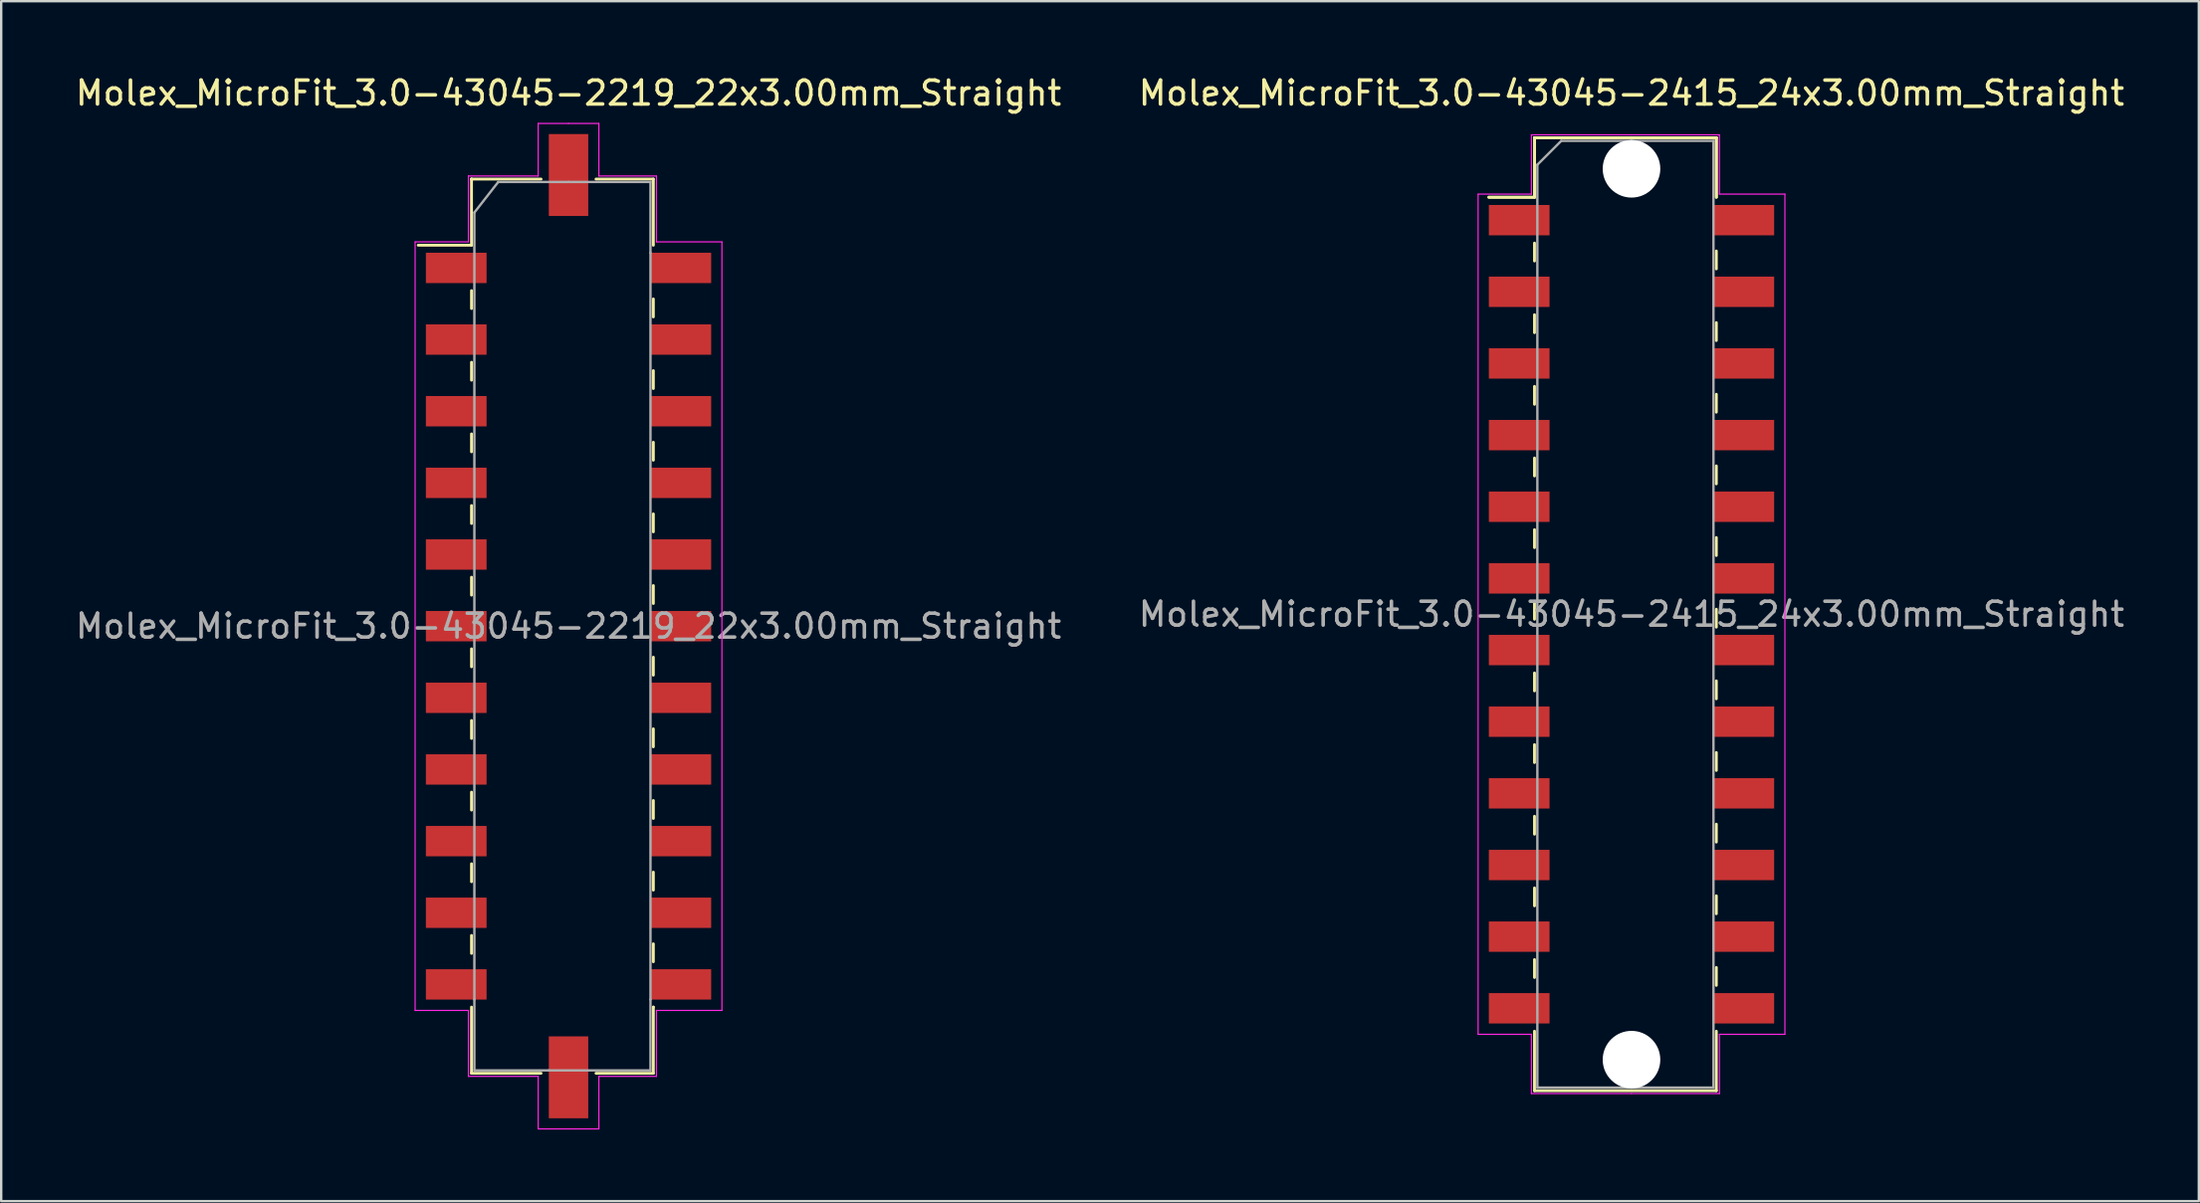
<source format=kicad_pcb>
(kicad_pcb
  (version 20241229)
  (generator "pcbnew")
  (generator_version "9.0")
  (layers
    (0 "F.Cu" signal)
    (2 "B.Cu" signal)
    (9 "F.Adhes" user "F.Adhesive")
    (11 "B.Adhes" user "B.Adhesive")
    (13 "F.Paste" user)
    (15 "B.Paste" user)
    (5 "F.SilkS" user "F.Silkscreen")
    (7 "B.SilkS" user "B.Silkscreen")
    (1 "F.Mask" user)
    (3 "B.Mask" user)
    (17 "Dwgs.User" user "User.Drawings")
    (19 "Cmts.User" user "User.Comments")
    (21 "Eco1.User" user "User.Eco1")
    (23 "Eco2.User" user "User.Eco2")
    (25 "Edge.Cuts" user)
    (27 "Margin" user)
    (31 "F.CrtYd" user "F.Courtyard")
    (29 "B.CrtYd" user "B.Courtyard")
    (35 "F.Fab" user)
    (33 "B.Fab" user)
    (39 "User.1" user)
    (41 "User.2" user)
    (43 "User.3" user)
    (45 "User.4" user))
  (footprint "Molex_MicroFit_3.0-43045-2219_22x3.00mm_Straight"
    (layer "F.Cu")
    (at 20.744 23.168)
    (property "Reference" "Molex_MicroFit_3.0-43045-2219_22x3.00mm_Straight" (at 0 -22.32 0) (layer "F.SilkS") (effects (font (size 1 1) (thickness 0.15))))
    (attr smd)
    (fp_line (start -6.29 -15.95) (end -4.06 -15.95) (stroke (width 0.12) (type solid)) (layer "F.SilkS"))
    (fp_line (start -4.06 -18.72) (end -4.06 -18.72) (stroke (width 0.12) (type solid)) (layer "F.SilkS"))
    (fp_line (start -4.06 -18.72) (end -1.15 -18.72) (stroke (width 0.12) (type solid)) (layer "F.SilkS"))
    (fp_line (start -4.06 -15.95) (end -4.06 -18.72) (stroke (width 0.12) (type solid)) (layer "F.SilkS"))
    (fp_line (start -4.06 -14.05) (end -4.06 -13.3) (stroke (width 0.12) (type solid)) (layer "F.SilkS"))
    (fp_line (start -4.06 -11.05) (end -4.06 -10.3) (stroke (width 0.12) (type solid)) (layer "F.SilkS"))
    (fp_line (start -4.06 -8.05) (end -4.06 -7.3) (stroke (width 0.12) (type solid)) (layer "F.SilkS"))
    (fp_line (start -4.06 -5.05) (end -4.06 -4.3) (stroke (width 0.12) (type solid)) (layer "F.SilkS"))
    (fp_line (start -4.06 -2.05) (end -4.06 -1.3) (stroke (width 0.12) (type solid)) (layer "F.SilkS"))
    (fp_line (start -4.06 0.95) (end -4.06 1.7) (stroke (width 0.12) (type solid)) (layer "F.SilkS"))
    (fp_line (start -4.06 3.95) (end -4.06 4.7) (stroke (width 0.12) (type solid)) (layer "F.SilkS"))
    (fp_line (start -4.06 6.95) (end -4.06 7.7) (stroke (width 0.12) (type solid)) (layer "F.SilkS"))
    (fp_line (start -4.06 9.95) (end -4.06 10.7) (stroke (width 0.12) (type solid)) (layer "F.SilkS"))
    (fp_line (start -4.06 12.95) (end -4.06 13.7) (stroke (width 0.12) (type solid)) (layer "F.SilkS"))
    (fp_line (start -4.06 18.72) (end -4.06 15.95) (stroke (width 0.12) (type solid)) (layer "F.SilkS"))
    (fp_line (start -1.15 18.72) (end -4.06 18.72) (stroke (width 0.12) (type solid)) (layer "F.SilkS"))
    (fp_line (start 1.15 -18.72) (end 3.55 -18.72) (stroke (width 0.12) (type solid)) (layer "F.SilkS"))
    (fp_line (start 3.55 -18.72) (end 3.55 -15.95) (stroke (width 0.12) (type solid)) (layer "F.SilkS"))
    (fp_line (start 3.55 -12.95) (end 3.55 -13.7) (stroke (width 0.12) (type solid)) (layer "F.SilkS"))
    (fp_line (start 3.55 -9.95) (end 3.55 -10.7) (stroke (width 0.12) (type solid)) (layer "F.SilkS"))
    (fp_line (start 3.55 -6.95) (end 3.55 -7.7) (stroke (width 0.12) (type solid)) (layer "F.SilkS"))
    (fp_line (start 3.55 -3.95) (end 3.55 -4.7) (stroke (width 0.12) (type solid)) (layer "F.SilkS"))
    (fp_line (start 3.55 -0.95) (end 3.55 -1.7) (stroke (width 0.12) (type solid)) (layer "F.SilkS"))
    (fp_line (start 3.55 2.05) (end 3.55 1.3) (stroke (width 0.12) (type solid)) (layer "F.SilkS"))
    (fp_line (start 3.55 5.05) (end 3.55 4.3) (stroke (width 0.12) (type solid)) (layer "F.SilkS"))
    (fp_line (start 3.55 8.05) (end 3.55 7.3) (stroke (width 0.12) (type solid)) (layer "F.SilkS"))
    (fp_line (start 3.55 11.05) (end 3.55 10.3) (stroke (width 0.12) (type solid)) (layer "F.SilkS"))
    (fp_line (start 3.55 14.05) (end 3.55 13.3) (stroke (width 0.12) (type solid)) (layer "F.SilkS"))
    (fp_line (start 3.55 15.95) (end 3.55 15.95) (stroke (width 0.12) (type solid)) (layer "F.SilkS"))
    (fp_line (start 3.55 15.95) (end 3.55 18.72) (stroke (width 0.12) (type solid)) (layer "F.SilkS"))
    (fp_line (start 3.55 18.72) (end 1.15 18.72) (stroke (width 0.12) (type solid)) (layer "F.SilkS"))
    (fp_line (start -6.42 -16.09) (end -4.19 -16.09) (stroke (width 0.05) (type solid)) (layer "F.CrtYd"))
    (fp_line (start -6.42 16.09) (end -6.42 -16.09) (stroke (width 0.05) (type solid)) (layer "F.CrtYd"))
    (fp_line (start -4.19 -18.85) (end -4.19 -18.85) (stroke (width 0.05) (type solid)) (layer "F.CrtYd"))
    (fp_line (start -4.19 -18.85) (end -1.27 -18.85) (stroke (width 0.05) (type solid)) (layer "F.CrtYd"))
    (fp_line (start -4.19 -16.09) (end -4.19 -18.85) (stroke (width 0.05) (type solid)) (layer "F.CrtYd"))
    (fp_line (start -4.19 16.09) (end -6.42 16.09) (stroke (width 0.05) (type solid)) (layer "F.CrtYd"))
    (fp_line (start -4.19 18.85) (end -4.19 16.09) (stroke (width 0.05) (type solid)) (layer "F.CrtYd"))
    (fp_line (start -1.27 -21.05) (end 0 -21.05) (stroke (width 0.05) (type solid)) (layer "F.CrtYd"))
    (fp_line (start -1.27 -18.85) (end -1.27 -21.05) (stroke (width 0.05) (type solid)) (layer "F.CrtYd"))
    (fp_line (start -1.27 18.85) (end -4.19 18.85) (stroke (width 0.05) (type solid)) (layer "F.CrtYd"))
    (fp_line (start -1.27 21.05) (end -1.27 18.85) (stroke (width 0.05) (type solid)) (layer "F.CrtYd"))
    (fp_line (start 0 -21.05) (end 1.27 -21.05) (stroke (width 0.05) (type solid)) (layer "F.CrtYd"))
    (fp_line (start 0 21.05) (end -1.27 21.05) (stroke (width 0.05) (type solid)) (layer "F.CrtYd"))
    (fp_line (start 1.27 -21.05) (end 1.27 -18.85) (stroke (width 0.05) (type solid)) (layer "F.CrtYd"))
    (fp_line (start 1.27 -18.85) (end 3.68 -18.85) (stroke (width 0.05) (type solid)) (layer "F.CrtYd"))
    (fp_line (start 1.27 18.85) (end 1.27 21.05) (stroke (width 0.05) (type solid)) (layer "F.CrtYd"))
    (fp_line (start 1.27 21.05) (end 0 21.05) (stroke (width 0.05) (type solid)) (layer "F.CrtYd"))
    (fp_line (start 3.68 -18.85) (end 3.68 -16.09) (stroke (width 0.05) (type solid)) (layer "F.CrtYd"))
    (fp_line (start 3.68 -16.09) (end 6.42 -16.09) (stroke (width 0.05) (type solid)) (layer "F.CrtYd"))
    (fp_line (start 3.68 16.09) (end 3.68 16.09) (stroke (width 0.05) (type solid)) (layer "F.CrtYd"))
    (fp_line (start 3.68 16.09) (end 3.68 18.85) (stroke (width 0.05) (type solid)) (layer "F.CrtYd"))
    (fp_line (start 3.68 18.85) (end 1.27 18.85) (stroke (width 0.05) (type solid)) (layer "F.CrtYd"))
    (fp_line (start 6.42 -16.09) (end 6.42 16.09) (stroke (width 0.05) (type solid)) (layer "F.CrtYd"))
    (fp_line (start 6.42 16.09) (end 3.68 16.09) (stroke (width 0.05) (type solid)) (layer "F.CrtYd"))
    (fp_line (start -3.94 -17.32) (end -2.94 -18.6) (stroke (width 0.1) (type solid)) (layer "F.Fab"))
    (fp_line (start -3.94 15.63) (end -3.94 -17.32) (stroke (width 0.1) (type solid)) (layer "F.Fab"))
    (fp_line (start -3.94 18.6) (end -3.94 15.63) (stroke (width 0.1) (type solid)) (layer "F.Fab"))
    (fp_line (start -2.94 -18.6) (end 0 -18.6) (stroke (width 0.1) (type solid)) (layer "F.Fab"))
    (fp_line (start -0.82 18.6) (end -3.94 18.6) (stroke (width 0.1) (type solid)) (layer "F.Fab"))
    (fp_line (start 0 -18.6) (end 3.43 -18.6) (stroke (width 0.1) (type solid)) (layer "F.Fab"))
    (fp_line (start 3.43 -18.6) (end 3.43 -15.63) (stroke (width 0.1) (type solid)) (layer "F.Fab"))
    (fp_line (start 3.43 -15.63) (end 3.43 15.63) (stroke (width 0.1) (type solid)) (layer "F.Fab"))
    (fp_line (start 3.43 15.63) (end 3.43 18.6) (stroke (width 0.1) (type solid)) (layer "F.Fab"))
    (fp_line (start 3.43 18.6) (end -0.82 18.6) (stroke (width 0.1) (type solid)) (layer "F.Fab"))
    (fp_text user "${REFERENCE}" (at 0 0 0) (layer "F.Fab") (effects (font (size 1 1) (thickness 0.15))))
    (pad "" smd rect (at 0 -18.89) (size 1.65 3.43) (layers "F.Cu" "F.Mask" "F.Paste"))
    (pad "" smd rect (at 0 18.89) (size 1.65 3.43) (layers "F.Cu" "F.Mask" "F.Paste"))
    (pad "1" smd rect (at -4.7 -15) (size 2.54 1.27) (layers "F.Cu" "F.Mask" "F.Paste"))
    (pad "2" smd rect (at -4.7 -12) (size 2.54 1.27) (layers "F.Cu" "F.Mask" "F.Paste"))
    (pad "3" smd rect (at -4.7 -9) (size 2.54 1.27) (layers "F.Cu" "F.Mask" "F.Paste"))
    (pad "4" smd rect (at -4.7 -6) (size 2.54 1.27) (layers "F.Cu" "F.Mask" "F.Paste"))
    (pad "5" smd rect (at -4.7 -3) (size 2.54 1.27) (layers "F.Cu" "F.Mask" "F.Paste"))
    (pad "6" smd rect (at -4.7 0) (size 2.54 1.27) (layers "F.Cu" "F.Mask" "F.Paste"))
    (pad "7" smd rect (at -4.7 3) (size 2.54 1.27) (layers "F.Cu" "F.Mask" "F.Paste"))
    (pad "8" smd rect (at -4.7 6) (size 2.54 1.27) (layers "F.Cu" "F.Mask" "F.Paste"))
    (pad "9" smd rect (at -4.7 9) (size 2.54 1.27) (layers "F.Cu" "F.Mask" "F.Paste"))
    (pad "10" smd rect (at -4.7 12) (size 2.54 1.27) (layers "F.Cu" "F.Mask" "F.Paste"))
    (pad "11" smd rect (at -4.7 15) (size 2.54 1.27) (layers "F.Cu" "F.Mask" "F.Paste"))
    (pad "12" smd rect (at 4.7 15) (size 2.54 1.27) (layers "F.Cu" "F.Mask" "F.Paste"))
    (pad "13" smd rect (at 4.7 12) (size 2.54 1.27) (layers "F.Cu" "F.Mask" "F.Paste"))
    (pad "14" smd rect (at 4.7 9) (size 2.54 1.27) (layers "F.Cu" "F.Mask" "F.Paste"))
    (pad "15" smd rect (at 4.7 6) (size 2.54 1.27) (layers "F.Cu" "F.Mask" "F.Paste"))
    (pad "16" smd rect (at 4.7 3) (size 2.54 1.27) (layers "F.Cu" "F.Mask" "F.Paste"))
    (pad "17" smd rect (at 4.7 0) (size 2.54 1.27) (layers "F.Cu" "F.Mask" "F.Paste"))
    (pad "18" smd rect (at 4.7 -3) (size 2.54 1.27) (layers "F.Cu" "F.Mask" "F.Paste"))
    (pad "19" smd rect (at 4.7 -6) (size 2.54 1.27) (layers "F.Cu" "F.Mask" "F.Paste"))
    (pad "20" smd rect (at 4.7 -9) (size 2.54 1.27) (layers "F.Cu" "F.Mask" "F.Paste"))
    (pad "21" smd rect (at 4.7 -12) (size 2.54 1.27) (layers "F.Cu" "F.Mask" "F.Paste"))
    (pad "22" smd rect (at 4.7 -15) (size 2.54 1.27) (layers "F.Cu" "F.Mask" "F.Paste")))
  (footprint "Molex_MicroFit_3.0-43045-2415_24x3.00mm_Straight"
    (layer "F.Cu")
    (at 65.232 22.668)
    (property "Reference" "Molex_MicroFit_3.0-43045-2415_24x3.00mm_Straight" (at 0 -21.82 0) (layer "F.SilkS") (effects (font (size 1 1) (thickness 0.15))))
    (attr smd)
    (fp_line (start -5.97 -17.46) (end -4.06 -17.46) (stroke (width 0.12) (type solid)) (layer "F.SilkS"))
    (fp_line (start -5.97 -17.46) (end -4.06 -17.46) (stroke (width 0.12) (type solid)) (layer "F.SilkS"))
    (fp_line (start -4.06 -19.95) (end 3.55 -19.95) (stroke (width 0.12) (type solid)) (layer "F.SilkS"))
    (fp_line (start -4.06 -19.95) (end 3.55 -19.95) (stroke (width 0.12) (type solid)) (layer "F.SilkS"))
    (fp_line (start -4.06 -17.46) (end -4.06 -19.95) (stroke (width 0.12) (type solid)) (layer "F.SilkS"))
    (fp_line (start -4.06 -17.46) (end -4.06 -19.95) (stroke (width 0.12) (type solid)) (layer "F.SilkS"))
    (fp_line (start -4.06 -15.54) (end -4.06 -14.79) (stroke (width 0.12) (type solid)) (layer "F.SilkS"))
    (fp_line (start -4.06 -12.54) (end -4.06 -11.79) (stroke (width 0.12) (type solid)) (layer "F.SilkS"))
    (fp_line (start -4.06 -9.54) (end -4.06 -8.79) (stroke (width 0.12) (type solid)) (layer "F.SilkS"))
    (fp_line (start -4.06 -6.54) (end -4.06 -5.79) (stroke (width 0.12) (type solid)) (layer "F.SilkS"))
    (fp_line (start -4.06 -3.54) (end -4.06 -2.79) (stroke (width 0.12) (type solid)) (layer "F.SilkS"))
    (fp_line (start -4.06 -0.54) (end -4.06 0.21) (stroke (width 0.12) (type solid)) (layer "F.SilkS"))
    (fp_line (start -4.06 2.46) (end -4.06 3.21) (stroke (width 0.12) (type solid)) (layer "F.SilkS"))
    (fp_line (start -4.06 5.46) (end -4.06 6.21) (stroke (width 0.12) (type solid)) (layer "F.SilkS"))
    (fp_line (start -4.06 8.46) (end -4.06 9.21) (stroke (width 0.12) (type solid)) (layer "F.SilkS"))
    (fp_line (start -4.06 11.46) (end -4.06 12.21) (stroke (width 0.12) (type solid)) (layer "F.SilkS"))
    (fp_line (start -4.06 14.46) (end -4.06 15.21) (stroke (width 0.12) (type solid)) (layer "F.SilkS"))
    (fp_line (start -4.06 19.95) (end -4.06 17.46) (stroke (width 0.12) (type solid)) (layer "F.SilkS"))
    (fp_line (start 3.55 -19.95) (end 3.55 -17.46) (stroke (width 0.12) (type solid)) (layer "F.SilkS"))
    (fp_line (start 3.55 -19.95) (end 3.55 -17.46) (stroke (width 0.12) (type solid)) (layer "F.SilkS"))
    (fp_line (start 3.55 -14.46) (end 3.55 -15.21) (stroke (width 0.12) (type solid)) (layer "F.SilkS"))
    (fp_line (start 3.55 -11.46) (end 3.55 -12.21) (stroke (width 0.12) (type solid)) (layer "F.SilkS"))
    (fp_line (start 3.55 -8.46) (end 3.55 -9.21) (stroke (width 0.12) (type solid)) (layer "F.SilkS"))
    (fp_line (start 3.55 -5.46) (end 3.55 -6.21) (stroke (width 0.12) (type solid)) (layer "F.SilkS"))
    (fp_line (start 3.55 -2.46) (end 3.55 -3.21) (stroke (width 0.12) (type solid)) (layer "F.SilkS"))
    (fp_line (start 3.55 0.54) (end 3.55 -0.21) (stroke (width 0.12) (type solid)) (layer "F.SilkS"))
    (fp_line (start 3.55 3.54) (end 3.55 2.79) (stroke (width 0.12) (type solid)) (layer "F.SilkS"))
    (fp_line (start 3.55 6.54) (end 3.55 5.79) (stroke (width 0.12) (type solid)) (layer "F.SilkS"))
    (fp_line (start 3.55 9.54) (end 3.55 8.79) (stroke (width 0.12) (type solid)) (layer "F.SilkS"))
    (fp_line (start 3.55 12.54) (end 3.55 11.79) (stroke (width 0.12) (type solid)) (layer "F.SilkS"))
    (fp_line (start 3.55 15.54) (end 3.55 14.79) (stroke (width 0.12) (type solid)) (layer "F.SilkS"))
    (fp_line (start 3.55 17.46) (end 3.55 19.95) (stroke (width 0.12) (type solid)) (layer "F.SilkS"))
    (fp_line (start 3.55 19.95) (end -4.06 19.95) (stroke (width 0.12) (type solid)) (layer "F.SilkS"))
    (fp_line (start -6.42 -17.59) (end -4.19 -17.59) (stroke (width 0.05) (type solid)) (layer "F.CrtYd"))
    (fp_line (start -6.42 17.59) (end -6.42 -17.59) (stroke (width 0.05) (type solid)) (layer "F.CrtYd"))
    (fp_line (start -4.19 -20.07) (end 0 -20.07) (stroke (width 0.05) (type solid)) (layer "F.CrtYd"))
    (fp_line (start -4.19 -17.59) (end -4.19 -20.07) (stroke (width 0.05) (type solid)) (layer "F.CrtYd"))
    (fp_line (start -4.19 17.59) (end -6.42 17.59) (stroke (width 0.05) (type solid)) (layer "F.CrtYd"))
    (fp_line (start -4.19 20.07) (end -4.19 17.59) (stroke (width 0.05) (type solid)) (layer "F.CrtYd"))
    (fp_line (start 0 -20.07) (end 3.68 -20.07) (stroke (width 0.05) (type solid)) (layer "F.CrtYd"))
    (fp_line (start 0 20.07) (end -4.19 20.07) (stroke (width 0.05) (type solid)) (layer "F.CrtYd"))
    (fp_line (start 3.68 -20.07) (end 3.68 -17.59) (stroke (width 0.05) (type solid)) (layer "F.CrtYd"))
    (fp_line (start 3.68 -17.59) (end 6.42 -17.59) (stroke (width 0.05) (type solid)) (layer "F.CrtYd"))
    (fp_line (start 3.68 17.59) (end 3.68 20.07) (stroke (width 0.05) (type solid)) (layer "F.CrtYd"))
    (fp_line (start 3.68 20.07) (end 0 20.07) (stroke (width 0.05) (type solid)) (layer "F.CrtYd"))
    (fp_line (start 6.42 -17.59) (end 6.42 17.59) (stroke (width 0.05) (type solid)) (layer "F.CrtYd"))
    (fp_line (start 6.42 17.59) (end 3.68 17.59) (stroke (width 0.05) (type solid)) (layer "F.CrtYd"))
    (fp_line (start -3.94 -18.82) (end -2.94 -19.82) (stroke (width 0.1) (type solid)) (layer "F.Fab"))
    (fp_line (start -3.94 19.82) (end -3.94 -18.82) (stroke (width 0.1) (type solid)) (layer "F.Fab"))
    (fp_line (start -2.94 -19.82) (end 0 -19.82) (stroke (width 0.1) (type solid)) (layer "F.Fab"))
    (fp_line (start 0 -19.82) (end 3.43 -19.82) (stroke (width 0.1) (type solid)) (layer "F.Fab"))
    (fp_line (start 0 19.82) (end -3.94 19.82) (stroke (width 0.1) (type solid)) (layer "F.Fab"))
    (fp_line (start 3.43 -19.82) (end 3.43 19.82) (stroke (width 0.1) (type solid)) (layer "F.Fab"))
    (fp_line (start 3.43 19.82) (end 0 19.82) (stroke (width 0.1) (type solid)) (layer "F.Fab"))
    (fp_text user "${REFERENCE}" (at 0 0 0) (layer "F.Fab") (effects (font (size 1 1) (thickness 0.15))))
    (pad "" np_thru_hole circle (at 0 -18.65) (size 2.41 2.41) (drill 2.41) (layers "*.Cu"))
    (pad "" np_thru_hole circle (at 0 18.65) (size 2.41 2.41) (drill 2.41) (layers "*.Cu"))
    (pad "1" smd rect (at -4.7 -16.5) (size 2.54 1.27) (layers "F.Cu" "F.Mask" "F.Paste"))
    (pad "2" smd rect (at -4.7 -13.5) (size 2.54 1.27) (layers "F.Cu" "F.Mask" "F.Paste"))
    (pad "3" smd rect (at -4.7 -10.5) (size 2.54 1.27) (layers "F.Cu" "F.Mask" "F.Paste"))
    (pad "4" smd rect (at -4.7 -7.5) (size 2.54 1.27) (layers "F.Cu" "F.Mask" "F.Paste"))
    (pad "5" smd rect (at -4.7 -4.5) (size 2.54 1.27) (layers "F.Cu" "F.Mask" "F.Paste"))
    (pad "6" smd rect (at -4.7 -1.5) (size 2.54 1.27) (layers "F.Cu" "F.Mask" "F.Paste"))
    (pad "7" smd rect (at -4.7 1.5) (size 2.54 1.27) (layers "F.Cu" "F.Mask" "F.Paste"))
    (pad "8" smd rect (at -4.7 4.5) (size 2.54 1.27) (layers "F.Cu" "F.Mask" "F.Paste"))
    (pad "9" smd rect (at -4.7 7.5) (size 2.54 1.27) (layers "F.Cu" "F.Mask" "F.Paste"))
    (pad "10" smd rect (at -4.7 10.5) (size 2.54 1.27) (layers "F.Cu" "F.Mask" "F.Paste"))
    (pad "11" smd rect (at -4.7 13.5) (size 2.54 1.27) (layers "F.Cu" "F.Mask" "F.Paste"))
    (pad "12" smd rect (at -4.7 16.5) (size 2.54 1.27) (layers "F.Cu" "F.Mask" "F.Paste"))
    (pad "13" smd rect (at 4.7 16.5) (size 2.54 1.27) (layers "F.Cu" "F.Mask" "F.Paste"))
    (pad "14" smd rect (at 4.7 13.5) (size 2.54 1.27) (layers "F.Cu" "F.Mask" "F.Paste"))
    (pad "15" smd rect (at 4.7 10.5) (size 2.54 1.27) (layers "F.Cu" "F.Mask" "F.Paste"))
    (pad "16" smd rect (at 4.7 7.5) (size 2.54 1.27) (layers "F.Cu" "F.Mask" "F.Paste"))
    (pad "17" smd rect (at 4.7 4.5) (size 2.54 1.27) (layers "F.Cu" "F.Mask" "F.Paste"))
    (pad "18" smd rect (at 4.7 1.5) (size 2.54 1.27) (layers "F.Cu" "F.Mask" "F.Paste"))
    (pad "19" smd rect (at 4.7 -1.5) (size 2.54 1.27) (layers "F.Cu" "F.Mask" "F.Paste"))
    (pad "20" smd rect (at 4.7 -4.5) (size 2.54 1.27) (layers "F.Cu" "F.Mask" "F.Paste"))
    (pad "21" smd rect (at 4.7 -7.5) (size 2.54 1.27) (layers "F.Cu" "F.Mask" "F.Paste"))
    (pad "22" smd rect (at 4.7 -10.5) (size 2.54 1.27) (layers "F.Cu" "F.Mask" "F.Paste"))
    (pad "23" smd rect (at 4.7 -13.5) (size 2.54 1.27) (layers "F.Cu" "F.Mask" "F.Paste"))
    (pad "24" smd rect (at 4.7 -16.5) (size 2.54 1.27) (layers "F.Cu" "F.Mask" "F.Paste")))
  (gr_rect
    (start -3 -3)
    (end 88.976 47.243)
    (stroke (width 0.1) (type default))
    (fill no)
    (layer "Edge.Cuts")))
</source>
